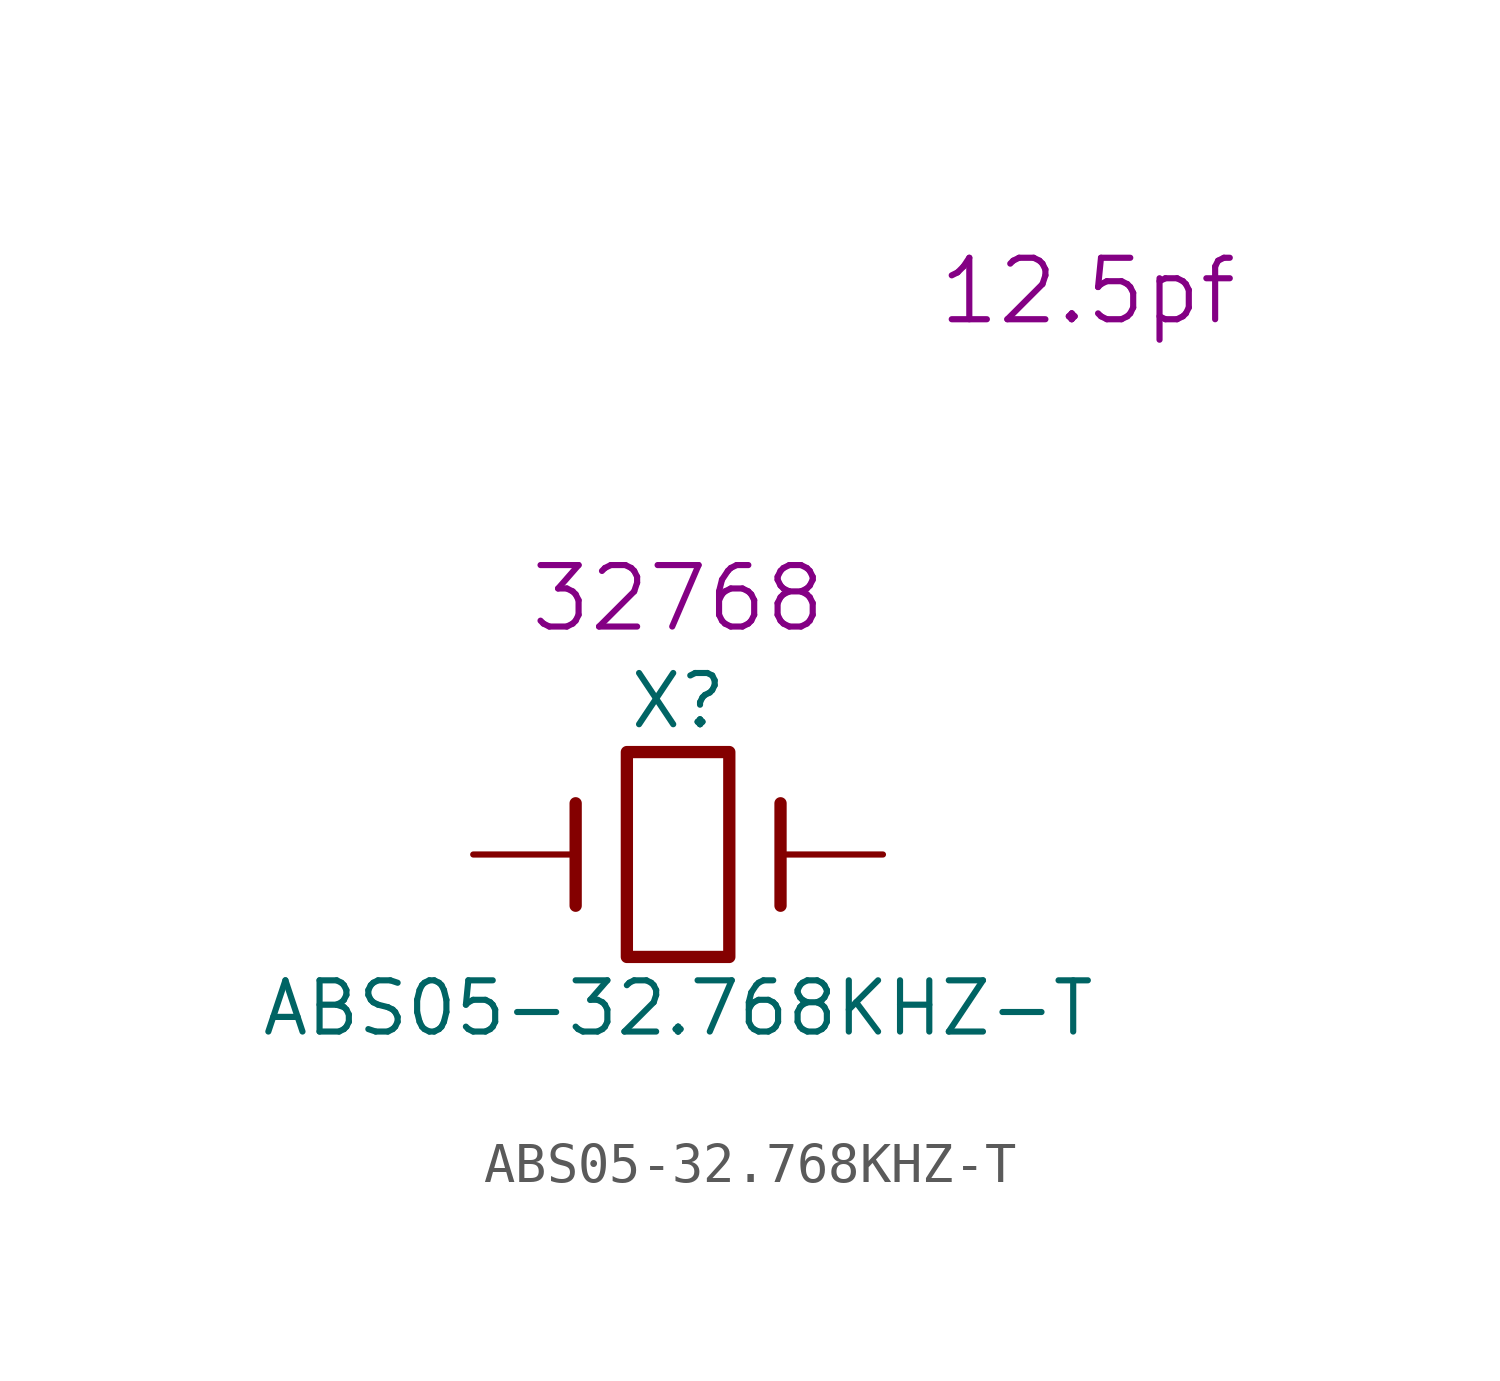
<source format=kicad_sym>
(kicad_symbol_lib
  (version 20220914)
  (generator kicad_symbol_editor)
  (symbol "ABS05-32.768KHZ-T"
    (pin_numbers hide)
    (pin_names
      (offset 1.016) hide)
    (property "Reference" "X"
      (at 0 3.81 0)
      (effects (font (size 1.27 1.27))))
    (property "Value" "ABS05-32.768KHZ-T"
      (at 0 -3.81 0)
      (effects (font (size 1.27 1.27))))
    (property "Datasheet" ""
      (at 0 3.81 0)
      (effects (font (size 1.27 1.27))))
    (property "Value2" "32768"
      (at 0 6.35 0)
      (effects (font (size 1.524 1.524))))
    (property "Rating" "12.5pf"
      (at 10.16 13.97 0)
      (effects (font (size 1.524 1.524))))
    (symbol "ABS05-32.768KHZ-T_0_1"
      (rectangle (start -1.27 2.54) (end 1.27 -2.54) (stroke (width 0.305) (type solid)) (fill (type none)))
      (polyline (pts (xy -2.54 -1.27) (xy -2.54 1.27)) (stroke (width 0.305) (type solid)) (fill (type none)))
      (polyline (pts (xy 2.54 -1.27) (xy 2.54 1.27)) (stroke (width 0.305) (type solid)) (fill (type none))))
    (symbol "ABS05-32.768KHZ-T_1_1"
      (pin passive line (at -5.08 0 0) (length 2.54) (name "1" (effects (font (size 1.016 1.016)))) (number "1" (effects (font (size 1.016 1.016)))))
      (pin passive line (at 5.08 0 180) (length 2.54) (name "2" (effects (font (size 1.016 1.016)))) (number "2" (effects (font (size 1.016 1.016))))))))
</source>
